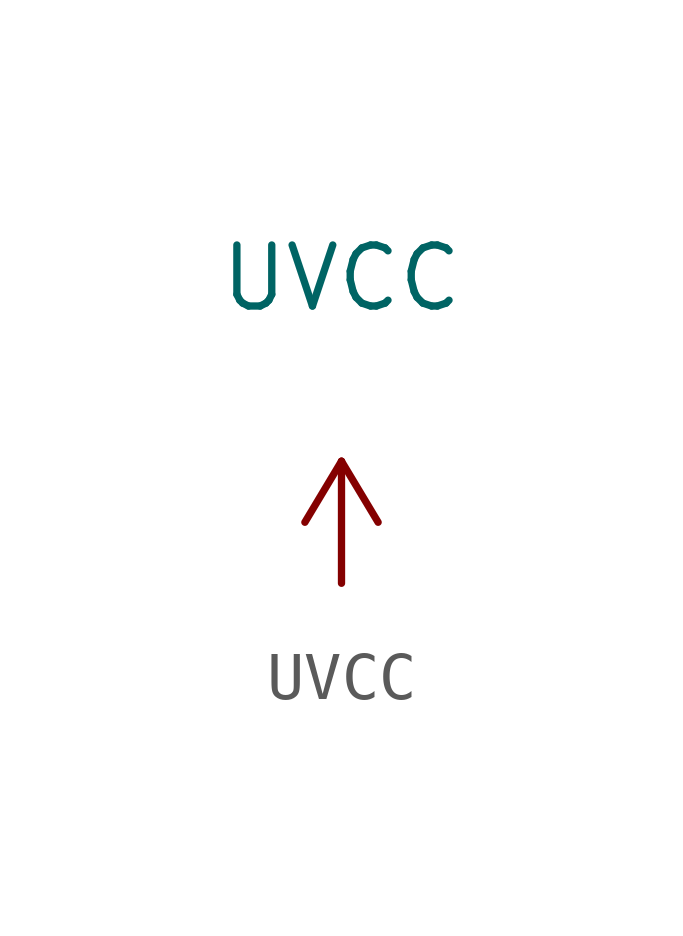
<source format=kicad_sym>
(kicad_symbol_lib
  (version 20211014)
  (generator kicad_symbol_editor)
  (symbol "UVCC"
    (power)
    (pin_names
      (offset 0))
    (property "Reference" "#PWR"
      (at 0 -2.54 0)
      (effects (font (size 1.27 1.27)) hide))
    (property "Value" "UVCC"
      (at 0 6.35 0)
      (effects (font (size 1.27 1.27))))
    (symbol "UVCC_0_1"
      (polyline (pts (xy -0.762 1.27) (xy 0 2.54)) (stroke (width 0) (type default) (color 0 0 0 0)) (fill (type none)))
      (polyline (pts (xy 0 0) (xy 0 2.54)) (stroke (width 0) (type default) (color 0 0 0 0)) (fill (type none)))
      (polyline (pts (xy 0 2.54) (xy 0.762 1.27)) (stroke (width 0) (type default) (color 0 0 0 0)) (fill (type none))))
    (symbol "UVCC_1_1"
      (pin power_in line (at 0 0 90) (length 0) hide (name "UVCC" (effects (font (size 1.27 1.27)))) (number "1" (effects (font (size 1.27 1.27))))))))
</source>
